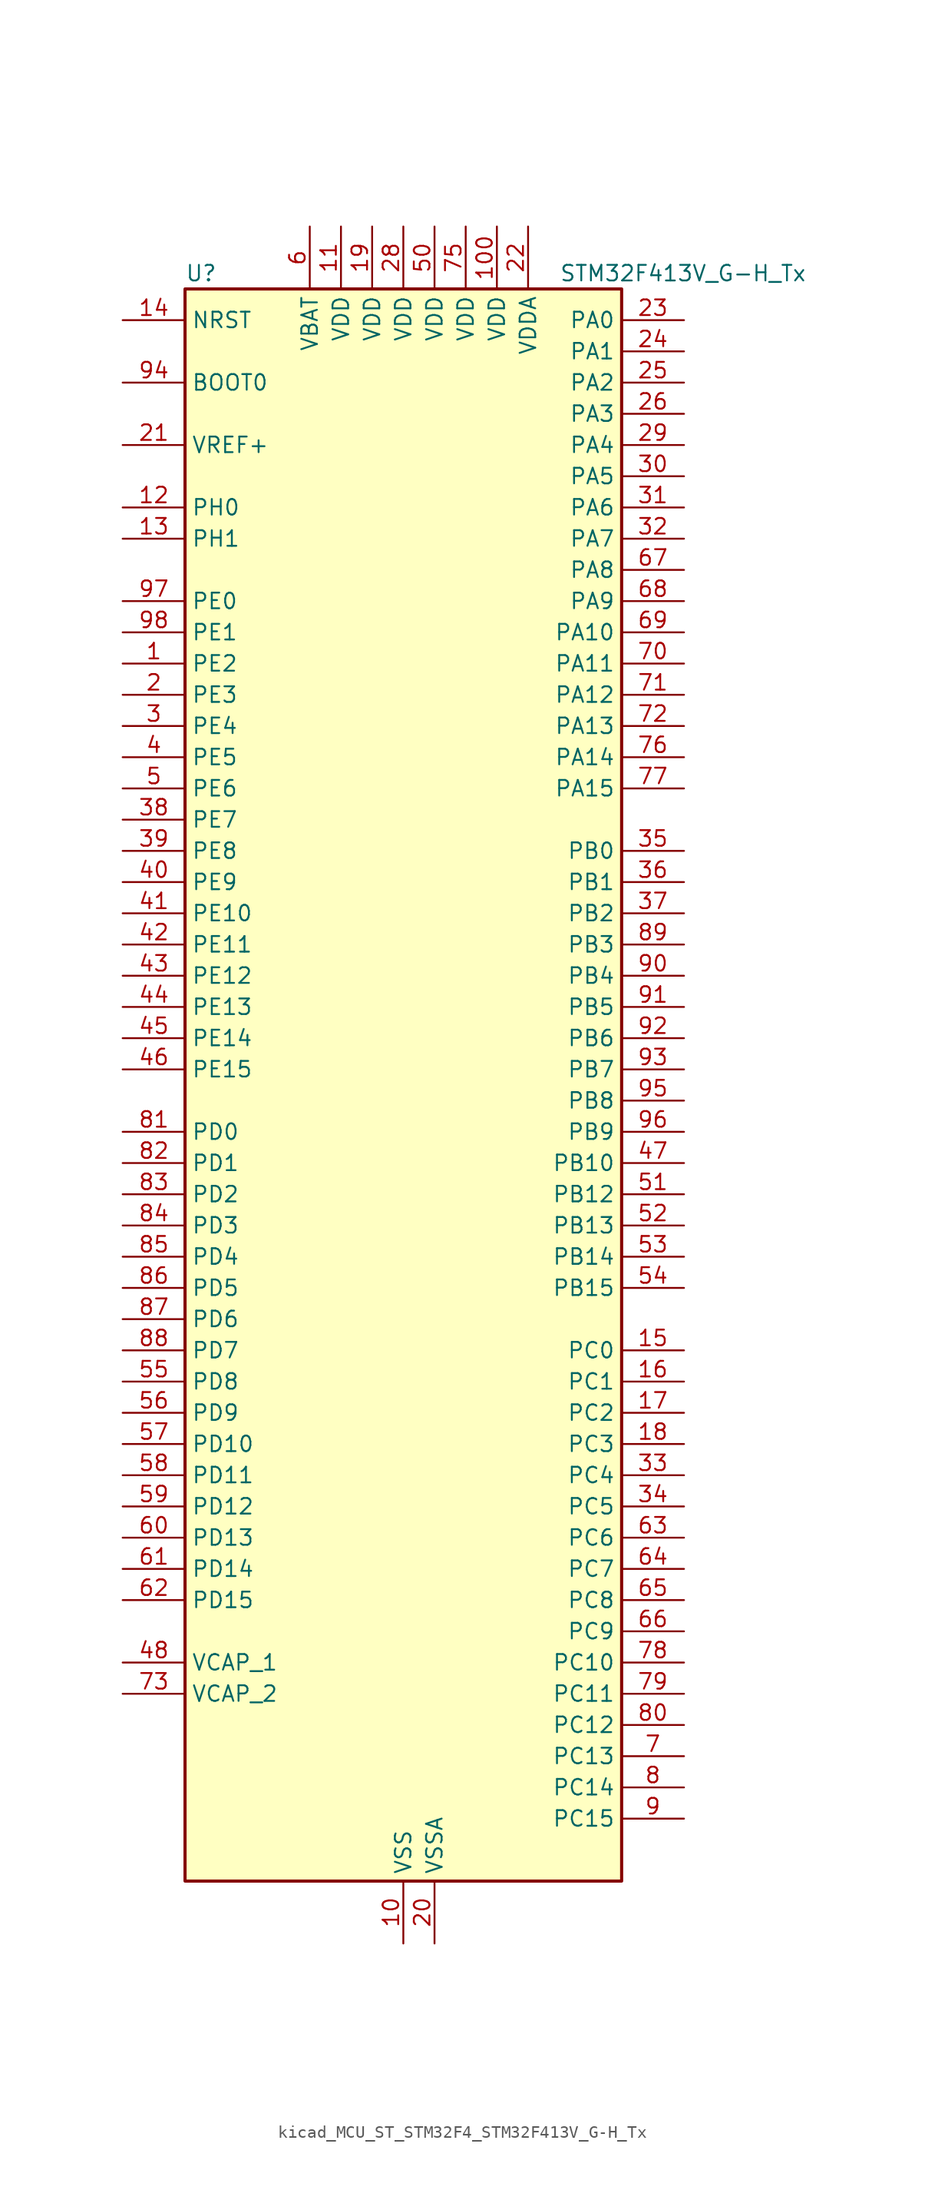
<source format=kicad_sym>
(kicad_symbol_lib
  (version 20220914)
  (generator kicad_symbol_editor)
  (symbol "kicad_MCU_ST_STM32F4_STM32F413V_G-H_Tx"
    (property "Reference" "U"
      (at -17.78 67.31 0)
      (effects (font (size 1.27 1.27)) (justify left)))
    (property "Value" "STM32F413V_G-H_Tx"
      (at 12.7 67.31 0)
      (effects (font (size 1.27 1.27)) (justify left)))
    (property "ki_locked" ""
      (at 0 0 0)
      (effects (font (size 1.27 1.27))))
    (symbol "kicad_MCU_ST_STM32F4_STM32F413V_G-H_Tx_0_1"
      (rectangle (start -17.78 -63.5) (end 17.78 66.04) (stroke (width 0.254) (type default)) (fill (type background))))
    (symbol "kicad_MCU_ST_STM32F4_STM32F413V_G-H_Tx_1_1"
      (pin bidirectional line (at -22.86 35.56 0) (length 5.08) (name "PE2" (effects (font (size 1.27 1.27)))) (number "1" (effects (font (size 1.27 1.27)))) (alternate "FSMC_A23" bidirectional line) (alternate "I2S4_CK" bidirectional line) (alternate "I2S5_CK" bidirectional line) (alternate "QUADSPI_BK1_IO2" bidirectional line) (alternate "SAI1_MCLK_A" bidirectional line) (alternate "SPI4_SCK" bidirectional line) (alternate "SPI5_SCK" bidirectional line) (alternate "SYS_TRACECLK" bidirectional line) (alternate "UART10_RX" bidirectional line))
      (pin power_in line (at 0 -68.58 90) (length 5.08) (name "VSS" (effects (font (size 1.27 1.27)))) (number "10" (effects (font (size 1.27 1.27)))))
      (pin power_in line (at 7.62 71.12 270) (length 5.08) (name "VDD" (effects (font (size 1.27 1.27)))) (number "100" (effects (font (size 1.27 1.27)))))
      (pin power_in line (at -5.08 71.12 270) (length 5.08) (name "VDD" (effects (font (size 1.27 1.27)))) (number "11" (effects (font (size 1.27 1.27)))))
      (pin bidirectional line (at -22.86 48.26 0) (length 5.08) (name "PH0" (effects (font (size 1.27 1.27)))) (number "12" (effects (font (size 1.27 1.27)))) (alternate "RCC_OSC_IN" bidirectional line))
      (pin bidirectional line (at -22.86 45.72 0) (length 5.08) (name "PH1" (effects (font (size 1.27 1.27)))) (number "13" (effects (font (size 1.27 1.27)))) (alternate "RCC_OSC_OUT" bidirectional line))
      (pin input line (at -22.86 63.5 0) (length 5.08) (name "NRST" (effects (font (size 1.27 1.27)))) (number "14" (effects (font (size 1.27 1.27)))))
      (pin bidirectional line (at 22.86 -20.32 180) (length 5.08) (name "PC0" (effects (font (size 1.27 1.27)))) (number "15" (effects (font (size 1.27 1.27)))) (alternate "ADC1_IN10" bidirectional line) (alternate "DFSDM2_CKIN4" bidirectional line) (alternate "LPTIM1_IN1" bidirectional line) (alternate "SAI1_MCLK_B" bidirectional line) (alternate "SYS_WKUP2" bidirectional line))
      (pin bidirectional line (at 22.86 -22.86 180) (length 5.08) (name "PC1" (effects (font (size 1.27 1.27)))) (number "16" (effects (font (size 1.27 1.27)))) (alternate "ADC1_IN11" bidirectional line) (alternate "DFSDM2_DATIN4" bidirectional line) (alternate "LPTIM1_OUT" bidirectional line) (alternate "SAI1_SD_B" bidirectional line) (alternate "SYS_WKUP3" bidirectional line))
      (pin bidirectional line (at 22.86 -25.4 180) (length 5.08) (name "PC2" (effects (font (size 1.27 1.27)))) (number "17" (effects (font (size 1.27 1.27)))) (alternate "ADC1_IN12" bidirectional line) (alternate "DFSDM1_CKOUT" bidirectional line) (alternate "DFSDM2_DATIN7" bidirectional line) (alternate "FSMC_NWE" bidirectional line) (alternate "I2S2_ext_SD" bidirectional line) (alternate "LPTIM1_IN2" bidirectional line) (alternate "SAI1_SCK_B" bidirectional line) (alternate "SPI2_MISO" bidirectional line))
      (pin bidirectional line (at 22.86 -27.94 180) (length 5.08) (name "PC3" (effects (font (size 1.27 1.27)))) (number "18" (effects (font (size 1.27 1.27)))) (alternate "ADC1_IN13" bidirectional line) (alternate "DFSDM2_CKIN7" bidirectional line) (alternate "FSMC_A0" bidirectional line) (alternate "I2S2_SD" bidirectional line) (alternate "LPTIM1_ETR" bidirectional line) (alternate "SAI1_FS_B" bidirectional line) (alternate "SPI2_MOSI" bidirectional line))
      (pin power_in line (at -2.54 71.12 270) (length 5.08) (name "VDD" (effects (font (size 1.27 1.27)))) (number "19" (effects (font (size 1.27 1.27)))))
      (pin bidirectional line (at -22.86 33.02 0) (length 5.08) (name "PE3" (effects (font (size 1.27 1.27)))) (number "2" (effects (font (size 1.27 1.27)))) (alternate "FSMC_A19" bidirectional line) (alternate "SAI1_SD_B" bidirectional line) (alternate "SYS_TRACED0" bidirectional line) (alternate "UART10_TX" bidirectional line))
      (pin power_in line (at 2.54 -68.58 90) (length 5.08) (name "VSSA" (effects (font (size 1.27 1.27)))) (number "20" (effects (font (size 1.27 1.27)))))
      (pin input line (at -22.86 53.34 0) (length 5.08) (name "VREF+" (effects (font (size 1.27 1.27)))) (number "21" (effects (font (size 1.27 1.27)))))
      (pin power_in line (at 10.16 71.12 270) (length 5.08) (name "VDDA" (effects (font (size 1.27 1.27)))) (number "22" (effects (font (size 1.27 1.27)))))
      (pin bidirectional line (at 22.86 63.5 180) (length 5.08) (name "PA0" (effects (font (size 1.27 1.27)))) (number "23" (effects (font (size 1.27 1.27)))) (alternate "ADC1_IN0" bidirectional line) (alternate "SYS_WKUP1" bidirectional line) (alternate "TIM2_CH1" bidirectional line) (alternate "TIM2_ETR" bidirectional line) (alternate "TIM5_CH1" bidirectional line) (alternate "TIM8_ETR" bidirectional line) (alternate "UART4_TX" bidirectional line) (alternate "USART2_CTS" bidirectional line))
      (pin bidirectional line (at 22.86 60.96 180) (length 5.08) (name "PA1" (effects (font (size 1.27 1.27)))) (number "24" (effects (font (size 1.27 1.27)))) (alternate "ADC1_IN1" bidirectional line) (alternate "I2S4_SD" bidirectional line) (alternate "QUADSPI_BK1_IO3" bidirectional line) (alternate "SPI4_MOSI" bidirectional line) (alternate "TIM2_CH2" bidirectional line) (alternate "TIM5_CH2" bidirectional line) (alternate "UART4_RX" bidirectional line) (alternate "USART2_RTS" bidirectional line))
      (pin bidirectional line (at 22.86 58.42 180) (length 5.08) (name "PA2" (effects (font (size 1.27 1.27)))) (number "25" (effects (font (size 1.27 1.27)))) (alternate "ADC1_IN2" bidirectional line) (alternate "FSMC_D4" bidirectional line) (alternate "FSMC_DA4" bidirectional line) (alternate "I2S_CKIN" bidirectional line) (alternate "TIM2_CH3" bidirectional line) (alternate "TIM5_CH3" bidirectional line) (alternate "TIM9_CH1" bidirectional line) (alternate "USART2_TX" bidirectional line))
      (pin bidirectional line (at 22.86 55.88 180) (length 5.08) (name "PA3" (effects (font (size 1.27 1.27)))) (number "26" (effects (font (size 1.27 1.27)))) (alternate "ADC1_IN3" bidirectional line) (alternate "FSMC_D5" bidirectional line) (alternate "FSMC_DA5" bidirectional line) (alternate "I2S2_MCK" bidirectional line) (alternate "SAI1_SD_B" bidirectional line) (alternate "TIM2_CH4" bidirectional line) (alternate "TIM5_CH4" bidirectional line) (alternate "TIM9_CH2" bidirectional line) (alternate "USART2_RX" bidirectional line))
      (pin passive line (at 0 -68.58 90) (length 5.08) hide (name "VSS" (effects (font (size 1.27 1.27)))) (number "27" (effects (font (size 1.27 1.27)))))
      (pin power_in line (at 0 71.12 270) (length 5.08) (name "VDD" (effects (font (size 1.27 1.27)))) (number "28" (effects (font (size 1.27 1.27)))))
      (pin bidirectional line (at 22.86 53.34 180) (length 5.08) (name "PA4" (effects (font (size 1.27 1.27)))) (number "29" (effects (font (size 1.27 1.27)))) (alternate "ADC1_IN4" bidirectional line) (alternate "DAC_OUT1" bidirectional line) (alternate "DFSDM1_DATIN1" bidirectional line) (alternate "FSMC_D6" bidirectional line) (alternate "FSMC_DA6" bidirectional line) (alternate "I2S1_WS" bidirectional line) (alternate "I2S3_WS" bidirectional line) (alternate "SPI1_NSS" bidirectional line) (alternate "SPI3_NSS" bidirectional line) (alternate "USART2_CK" bidirectional line))
      (pin bidirectional line (at -22.86 30.48 0) (length 5.08) (name "PE4" (effects (font (size 1.27 1.27)))) (number "3" (effects (font (size 1.27 1.27)))) (alternate "DFSDM1_DATIN3" bidirectional line) (alternate "FSMC_A20" bidirectional line) (alternate "I2S4_WS" bidirectional line) (alternate "I2S5_WS" bidirectional line) (alternate "SAI1_SD_A" bidirectional line) (alternate "SPI4_NSS" bidirectional line) (alternate "SPI5_NSS" bidirectional line) (alternate "SYS_TRACED1" bidirectional line))
      (pin bidirectional line (at 22.86 50.8 180) (length 5.08) (name "PA5" (effects (font (size 1.27 1.27)))) (number "30" (effects (font (size 1.27 1.27)))) (alternate "ADC1_IN5" bidirectional line) (alternate "DAC_OUT2" bidirectional line) (alternate "DFSDM1_CKIN1" bidirectional line) (alternate "FSMC_D7" bidirectional line) (alternate "FSMC_DA7" bidirectional line) (alternate "I2S1_CK" bidirectional line) (alternate "SPI1_SCK" bidirectional line) (alternate "TIM2_CH1" bidirectional line) (alternate "TIM2_ETR" bidirectional line) (alternate "TIM8_CH1N" bidirectional line))
      (pin bidirectional line (at 22.86 48.26 180) (length 5.08) (name "PA6" (effects (font (size 1.27 1.27)))) (number "31" (effects (font (size 1.27 1.27)))) (alternate "ADC1_IN6" bidirectional line) (alternate "DFSDM2_CKIN1" bidirectional line) (alternate "I2S2_MCK" bidirectional line) (alternate "QUADSPI_BK2_IO0" bidirectional line) (alternate "SDIO_CMD" bidirectional line) (alternate "SPI1_MISO" bidirectional line) (alternate "TIM13_CH1" bidirectional line) (alternate "TIM1_BKIN" bidirectional line) (alternate "TIM3_CH1" bidirectional line) (alternate "TIM8_BKIN" bidirectional line))
      (pin bidirectional line (at 22.86 45.72 180) (length 5.08) (name "PA7" (effects (font (size 1.27 1.27)))) (number "32" (effects (font (size 1.27 1.27)))) (alternate "ADC1_IN7" bidirectional line) (alternate "DFSDM2_DATIN1" bidirectional line) (alternate "I2S1_SD" bidirectional line) (alternate "QUADSPI_BK2_IO1" bidirectional line) (alternate "SPI1_MOSI" bidirectional line) (alternate "TIM14_CH1" bidirectional line) (alternate "TIM1_CH1N" bidirectional line) (alternate "TIM3_CH2" bidirectional line) (alternate "TIM8_CH1N" bidirectional line))
      (pin bidirectional line (at 22.86 -30.48 180) (length 5.08) (name "PC4" (effects (font (size 1.27 1.27)))) (number "33" (effects (font (size 1.27 1.27)))) (alternate "ADC1_IN14" bidirectional line) (alternate "DFSDM2_CKIN2" bidirectional line) (alternate "FSMC_NE4" bidirectional line) (alternate "I2S1_MCK" bidirectional line) (alternate "QUADSPI_BK2_IO2" bidirectional line))
      (pin bidirectional line (at 22.86 -33.02 180) (length 5.08) (name "PC5" (effects (font (size 1.27 1.27)))) (number "34" (effects (font (size 1.27 1.27)))) (alternate "ADC1_IN15" bidirectional line) (alternate "DFSDM2_DATIN2" bidirectional line) (alternate "FMPI2C1_SMBA" bidirectional line) (alternate "FSMC_NOE" bidirectional line) (alternate "QUADSPI_BK2_IO3" bidirectional line) (alternate "USART3_RX" bidirectional line))
      (pin bidirectional line (at 22.86 20.32 180) (length 5.08) (name "PB0" (effects (font (size 1.27 1.27)))) (number "35" (effects (font (size 1.27 1.27)))) (alternate "ADC1_IN8" bidirectional line) (alternate "I2S5_CK" bidirectional line) (alternate "SPI5_SCK" bidirectional line) (alternate "TIM1_CH2N" bidirectional line) (alternate "TIM3_CH3" bidirectional line) (alternate "TIM8_CH2N" bidirectional line))
      (pin bidirectional line (at 22.86 17.78 180) (length 5.08) (name "PB1" (effects (font (size 1.27 1.27)))) (number "36" (effects (font (size 1.27 1.27)))) (alternate "ADC1_IN9" bidirectional line) (alternate "DFSDM1_DATIN0" bidirectional line) (alternate "I2S5_WS" bidirectional line) (alternate "QUADSPI_CLK" bidirectional line) (alternate "SPI5_NSS" bidirectional line) (alternate "TIM1_CH3N" bidirectional line) (alternate "TIM3_CH4" bidirectional line) (alternate "TIM8_CH3N" bidirectional line))
      (pin bidirectional line (at 22.86 15.24 180) (length 5.08) (name "PB2" (effects (font (size 1.27 1.27)))) (number "37" (effects (font (size 1.27 1.27)))) (alternate "DFSDM1_CKIN0" bidirectional line) (alternate "LPTIM1_OUT" bidirectional line) (alternate "QUADSPI_CLK" bidirectional line))
      (pin bidirectional line (at -22.86 22.86 0) (length 5.08) (name "PE7" (effects (font (size 1.27 1.27)))) (number "38" (effects (font (size 1.27 1.27)))) (alternate "DFSDM1_DATIN2" bidirectional line) (alternate "FSMC_D4" bidirectional line) (alternate "FSMC_DA4" bidirectional line) (alternate "QUADSPI_BK2_IO0" bidirectional line) (alternate "TIM1_ETR" bidirectional line) (alternate "UART7_RX" bidirectional line))
      (pin bidirectional line (at -22.86 20.32 0) (length 5.08) (name "PE8" (effects (font (size 1.27 1.27)))) (number "39" (effects (font (size 1.27 1.27)))) (alternate "DFSDM1_CKIN2" bidirectional line) (alternate "FSMC_D5" bidirectional line) (alternate "FSMC_DA5" bidirectional line) (alternate "QUADSPI_BK2_IO1" bidirectional line) (alternate "TIM1_CH1N" bidirectional line) (alternate "UART7_TX" bidirectional line))
      (pin bidirectional line (at -22.86 27.94 0) (length 5.08) (name "PE5" (effects (font (size 1.27 1.27)))) (number "4" (effects (font (size 1.27 1.27)))) (alternate "DFSDM1_CKIN3" bidirectional line) (alternate "FSMC_A21" bidirectional line) (alternate "SAI1_SCK_A" bidirectional line) (alternate "SPI4_MISO" bidirectional line) (alternate "SPI5_MISO" bidirectional line) (alternate "SYS_TRACED2" bidirectional line) (alternate "TIM9_CH1" bidirectional line))
      (pin bidirectional line (at -22.86 17.78 0) (length 5.08) (name "PE9" (effects (font (size 1.27 1.27)))) (number "40" (effects (font (size 1.27 1.27)))) (alternate "DAC_EXTI9" bidirectional line) (alternate "DFSDM1_CKOUT" bidirectional line) (alternate "FSMC_D6" bidirectional line) (alternate "FSMC_DA6" bidirectional line) (alternate "QUADSPI_BK2_IO2" bidirectional line) (alternate "TIM1_CH1" bidirectional line))
      (pin bidirectional line (at -22.86 15.24 0) (length 5.08) (name "PE10" (effects (font (size 1.27 1.27)))) (number "41" (effects (font (size 1.27 1.27)))) (alternate "DFSDM2_DATIN0" bidirectional line) (alternate "FSMC_D7" bidirectional line) (alternate "FSMC_DA7" bidirectional line) (alternate "QUADSPI_BK2_IO3" bidirectional line) (alternate "TIM1_CH2N" bidirectional line))
      (pin bidirectional line (at -22.86 12.7 0) (length 5.08) (name "PE11" (effects (font (size 1.27 1.27)))) (number "42" (effects (font (size 1.27 1.27)))) (alternate "ADC1_EXTI11" bidirectional line) (alternate "DFSDM2_CKIN0" bidirectional line) (alternate "FSMC_D8" bidirectional line) (alternate "FSMC_DA8" bidirectional line) (alternate "I2S4_WS" bidirectional line) (alternate "I2S5_WS" bidirectional line) (alternate "SPI4_NSS" bidirectional line) (alternate "SPI5_NSS" bidirectional line) (alternate "TIM1_CH2" bidirectional line))
      (pin bidirectional line (at -22.86 10.16 0) (length 5.08) (name "PE12" (effects (font (size 1.27 1.27)))) (number "43" (effects (font (size 1.27 1.27)))) (alternate "DFSDM2_DATIN7" bidirectional line) (alternate "FSMC_D9" bidirectional line) (alternate "FSMC_DA9" bidirectional line) (alternate "I2S4_CK" bidirectional line) (alternate "I2S5_CK" bidirectional line) (alternate "SPI4_SCK" bidirectional line) (alternate "SPI5_SCK" bidirectional line) (alternate "TIM1_CH3N" bidirectional line))
      (pin bidirectional line (at -22.86 7.62 0) (length 5.08) (name "PE13" (effects (font (size 1.27 1.27)))) (number "44" (effects (font (size 1.27 1.27)))) (alternate "DFSDM2_CKIN7" bidirectional line) (alternate "FSMC_D10" bidirectional line) (alternate "FSMC_DA10" bidirectional line) (alternate "SPI4_MISO" bidirectional line) (alternate "SPI5_MISO" bidirectional line) (alternate "TIM1_CH3" bidirectional line))
      (pin bidirectional line (at -22.86 5.08 0) (length 5.08) (name "PE14" (effects (font (size 1.27 1.27)))) (number "45" (effects (font (size 1.27 1.27)))) (alternate "DFSDM2_DATIN1" bidirectional line) (alternate "FSMC_D11" bidirectional line) (alternate "FSMC_DA11" bidirectional line) (alternate "I2S4_SD" bidirectional line) (alternate "I2S5_SD" bidirectional line) (alternate "SPI4_MOSI" bidirectional line) (alternate "SPI5_MOSI" bidirectional line) (alternate "TIM1_CH4" bidirectional line))
      (pin bidirectional line (at -22.86 2.54 0) (length 5.08) (name "PE15" (effects (font (size 1.27 1.27)))) (number "46" (effects (font (size 1.27 1.27)))) (alternate "ADC1_EXTI15" bidirectional line) (alternate "DFSDM2_CKIN1" bidirectional line) (alternate "FSMC_D12" bidirectional line) (alternate "FSMC_DA12" bidirectional line) (alternate "TIM1_BKIN" bidirectional line))
      (pin bidirectional line (at 22.86 -5.08 180) (length 5.08) (name "PB10" (effects (font (size 1.27 1.27)))) (number "47" (effects (font (size 1.27 1.27)))) (alternate "DFSDM2_CKOUT" bidirectional line) (alternate "FMPI2C1_SCL" bidirectional line) (alternate "I2C2_SCL" bidirectional line) (alternate "I2S2_CK" bidirectional line) (alternate "I2S3_MCK" bidirectional line) (alternate "SDIO_D7" bidirectional line) (alternate "SPI2_SCK" bidirectional line) (alternate "TIM2_CH3" bidirectional line) (alternate "USART3_TX" bidirectional line))
      (pin power_out line (at -22.86 -45.72 0) (length 5.08) (name "VCAP_1" (effects (font (size 1.27 1.27)))) (number "48" (effects (font (size 1.27 1.27)))))
      (pin passive line (at 0 -68.58 90) (length 5.08) hide (name "VSS" (effects (font (size 1.27 1.27)))) (number "49" (effects (font (size 1.27 1.27)))))
      (pin bidirectional line (at -22.86 25.4 0) (length 5.08) (name "PE6" (effects (font (size 1.27 1.27)))) (number "5" (effects (font (size 1.27 1.27)))) (alternate "FSMC_A22" bidirectional line) (alternate "I2S4_SD" bidirectional line) (alternate "I2S5_SD" bidirectional line) (alternate "SAI1_FS_A" bidirectional line) (alternate "SPI4_MOSI" bidirectional line) (alternate "SPI5_MOSI" bidirectional line) (alternate "SYS_TRACED3" bidirectional line) (alternate "TIM9_CH2" bidirectional line))
      (pin power_in line (at 2.54 71.12 270) (length 5.08) (name "VDD" (effects (font (size 1.27 1.27)))) (number "50" (effects (font (size 1.27 1.27)))))
      (pin bidirectional line (at 22.86 -7.62 180) (length 5.08) (name "PB12" (effects (font (size 1.27 1.27)))) (number "51" (effects (font (size 1.27 1.27)))) (alternate "CAN2_RX" bidirectional line) (alternate "DFSDM1_DATIN1" bidirectional line) (alternate "FSMC_D13" bidirectional line) (alternate "FSMC_DA13" bidirectional line) (alternate "I2C2_SMBA" bidirectional line) (alternate "I2S2_WS" bidirectional line) (alternate "I2S3_CK" bidirectional line) (alternate "I2S4_WS" bidirectional line) (alternate "SPI2_NSS" bidirectional line) (alternate "SPI3_SCK" bidirectional line) (alternate "SPI4_NSS" bidirectional line) (alternate "TIM1_BKIN" bidirectional line) (alternate "UART5_RX" bidirectional line) (alternate "USART3_CK" bidirectional line))
      (pin bidirectional line (at 22.86 -10.16 180) (length 5.08) (name "PB13" (effects (font (size 1.27 1.27)))) (number "52" (effects (font (size 1.27 1.27)))) (alternate "CAN2_TX" bidirectional line) (alternate "DFSDM1_CKIN1" bidirectional line) (alternate "FMPI2C1_SMBA" bidirectional line) (alternate "I2S2_CK" bidirectional line) (alternate "I2S4_CK" bidirectional line) (alternate "SPI2_SCK" bidirectional line) (alternate "SPI4_SCK" bidirectional line) (alternate "TIM1_CH1N" bidirectional line) (alternate "UART5_TX" bidirectional line) (alternate "USART3_CTS" bidirectional line))
      (pin bidirectional line (at 22.86 -12.7 180) (length 5.08) (name "PB14" (effects (font (size 1.27 1.27)))) (number "53" (effects (font (size 1.27 1.27)))) (alternate "DFSDM1_DATIN2" bidirectional line) (alternate "FMPI2C1_SDA" bidirectional line) (alternate "FSMC_D0" bidirectional line) (alternate "FSMC_DA0" bidirectional line) (alternate "I2S2_ext_SD" bidirectional line) (alternate "SDIO_D6" bidirectional line) (alternate "SPI2_MISO" bidirectional line) (alternate "TIM12_CH1" bidirectional line) (alternate "TIM1_CH2N" bidirectional line) (alternate "TIM8_CH2N" bidirectional line) (alternate "USART3_RTS" bidirectional line))
      (pin bidirectional line (at 22.86 -15.24 180) (length 5.08) (name "PB15" (effects (font (size 1.27 1.27)))) (number "54" (effects (font (size 1.27 1.27)))) (alternate "ADC1_EXTI15" bidirectional line) (alternate "DFSDM1_CKIN2" bidirectional line) (alternate "FMPI2C1_SCL" bidirectional line) (alternate "I2S2_SD" bidirectional line) (alternate "RTC_REFIN" bidirectional line) (alternate "SDIO_CK" bidirectional line) (alternate "SPI2_MOSI" bidirectional line) (alternate "TIM12_CH2" bidirectional line) (alternate "TIM1_CH3N" bidirectional line) (alternate "TIM8_CH3N" bidirectional line))
      (pin bidirectional line (at -22.86 -22.86 0) (length 5.08) (name "PD8" (effects (font (size 1.27 1.27)))) (number "55" (effects (font (size 1.27 1.27)))) (alternate "FSMC_D13" bidirectional line) (alternate "FSMC_DA13" bidirectional line) (alternate "USART3_TX" bidirectional line))
      (pin bidirectional line (at -22.86 -25.4 0) (length 5.08) (name "PD9" (effects (font (size 1.27 1.27)))) (number "56" (effects (font (size 1.27 1.27)))) (alternate "DAC_EXTI9" bidirectional line) (alternate "FSMC_D14" bidirectional line) (alternate "FSMC_DA14" bidirectional line) (alternate "USART3_RX" bidirectional line))
      (pin bidirectional line (at -22.86 -27.94 0) (length 5.08) (name "PD10" (effects (font (size 1.27 1.27)))) (number "57" (effects (font (size 1.27 1.27)))) (alternate "FSMC_D15" bidirectional line) (alternate "FSMC_DA15" bidirectional line) (alternate "UART4_TX" bidirectional line) (alternate "USART3_CK" bidirectional line))
      (pin bidirectional line (at -22.86 -30.48 0) (length 5.08) (name "PD11" (effects (font (size 1.27 1.27)))) (number "58" (effects (font (size 1.27 1.27)))) (alternate "ADC1_EXTI11" bidirectional line) (alternate "DFSDM2_DATIN2" bidirectional line) (alternate "FMPI2C1_SMBA" bidirectional line) (alternate "FSMC_A16" bidirectional line) (alternate "QUADSPI_BK1_IO0" bidirectional line) (alternate "USART3_CTS" bidirectional line))
      (pin bidirectional line (at -22.86 -33.02 0) (length 5.08) (name "PD12" (effects (font (size 1.27 1.27)))) (number "59" (effects (font (size 1.27 1.27)))) (alternate "DFSDM2_CKIN2" bidirectional line) (alternate "FMPI2C1_SCL" bidirectional line) (alternate "FSMC_A17" bidirectional line) (alternate "QUADSPI_BK1_IO1" bidirectional line) (alternate "TIM4_CH1" bidirectional line) (alternate "USART3_RTS" bidirectional line))
      (pin power_in line (at -7.62 71.12 270) (length 5.08) (name "VBAT" (effects (font (size 1.27 1.27)))) (number "6" (effects (font (size 1.27 1.27)))))
      (pin bidirectional line (at -22.86 -35.56 0) (length 5.08) (name "PD13" (effects (font (size 1.27 1.27)))) (number "60" (effects (font (size 1.27 1.27)))) (alternate "FMPI2C1_SDA" bidirectional line) (alternate "FSMC_A18" bidirectional line) (alternate "QUADSPI_BK1_IO3" bidirectional line) (alternate "TIM4_CH2" bidirectional line))
      (pin bidirectional line (at -22.86 -38.1 0) (length 5.08) (name "PD14" (effects (font (size 1.27 1.27)))) (number "61" (effects (font (size 1.27 1.27)))) (alternate "DFSDM2_CKIN0" bidirectional line) (alternate "FMPI2C1_SCL" bidirectional line) (alternate "FSMC_D0" bidirectional line) (alternate "FSMC_DA0" bidirectional line) (alternate "TIM4_CH3" bidirectional line) (alternate "UART9_RX" bidirectional line))
      (pin bidirectional line (at -22.86 -40.64 0) (length 5.08) (name "PD15" (effects (font (size 1.27 1.27)))) (number "62" (effects (font (size 1.27 1.27)))) (alternate "ADC1_EXTI15" bidirectional line) (alternate "DFSDM2_DATIN0" bidirectional line) (alternate "FMPI2C1_SDA" bidirectional line) (alternate "FSMC_D1" bidirectional line) (alternate "FSMC_DA1" bidirectional line) (alternate "TIM4_CH4" bidirectional line) (alternate "UART9_TX" bidirectional line))
      (pin bidirectional line (at 22.86 -35.56 180) (length 5.08) (name "PC6" (effects (font (size 1.27 1.27)))) (number "63" (effects (font (size 1.27 1.27)))) (alternate "DFSDM1_CKIN3" bidirectional line) (alternate "DFSDM2_DATIN6" bidirectional line) (alternate "FMPI2C1_SCL" bidirectional line) (alternate "FSMC_D1" bidirectional line) (alternate "FSMC_DA1" bidirectional line) (alternate "I2S2_MCK" bidirectional line) (alternate "SDIO_D6" bidirectional line) (alternate "TIM3_CH1" bidirectional line) (alternate "TIM8_CH1" bidirectional line) (alternate "USART6_TX" bidirectional line))
      (pin bidirectional line (at 22.86 -38.1 180) (length 5.08) (name "PC7" (effects (font (size 1.27 1.27)))) (number "64" (effects (font (size 1.27 1.27)))) (alternate "DFSDM1_DATIN3" bidirectional line) (alternate "DFSDM2_CKIN6" bidirectional line) (alternate "FMPI2C1_SDA" bidirectional line) (alternate "I2S2_CK" bidirectional line) (alternate "I2S3_MCK" bidirectional line) (alternate "SDIO_D7" bidirectional line) (alternate "SPI2_SCK" bidirectional line) (alternate "TIM3_CH2" bidirectional line) (alternate "TIM8_CH2" bidirectional line) (alternate "USART6_RX" bidirectional line))
      (pin bidirectional line (at 22.86 -40.64 180) (length 5.08) (name "PC8" (effects (font (size 1.27 1.27)))) (number "65" (effects (font (size 1.27 1.27)))) (alternate "DFSDM2_CKIN3" bidirectional line) (alternate "QUADSPI_BK1_IO2" bidirectional line) (alternate "SDIO_D0" bidirectional line) (alternate "TIM3_CH3" bidirectional line) (alternate "TIM8_CH3" bidirectional line) (alternate "USART6_CK" bidirectional line))
      (pin bidirectional line (at 22.86 -43.18 180) (length 5.08) (name "PC9" (effects (font (size 1.27 1.27)))) (number "66" (effects (font (size 1.27 1.27)))) (alternate "DAC_EXTI9" bidirectional line) (alternate "DFSDM2_DATIN3" bidirectional line) (alternate "I2C3_SDA" bidirectional line) (alternate "I2S_CKIN" bidirectional line) (alternate "QUADSPI_BK1_IO0" bidirectional line) (alternate "RCC_MCO_2" bidirectional line) (alternate "SDIO_D1" bidirectional line) (alternate "TIM3_CH4" bidirectional line) (alternate "TIM8_CH4" bidirectional line))
      (pin bidirectional line (at 22.86 43.18 180) (length 5.08) (name "PA8" (effects (font (size 1.27 1.27)))) (number "67" (effects (font (size 1.27 1.27)))) (alternate "CAN3_RX" bidirectional line) (alternate "DFSDM1_CKOUT" bidirectional line) (alternate "I2C3_SCL" bidirectional line) (alternate "RCC_MCO_1" bidirectional line) (alternate "SDIO_D1" bidirectional line) (alternate "TIM1_CH1" bidirectional line) (alternate "UART7_RX" bidirectional line) (alternate "USART1_CK" bidirectional line) (alternate "USB_OTG_FS_SOF" bidirectional line))
      (pin bidirectional line (at 22.86 40.64 180) (length 5.08) (name "PA9" (effects (font (size 1.27 1.27)))) (number "68" (effects (font (size 1.27 1.27)))) (alternate "DAC_EXTI9" bidirectional line) (alternate "DFSDM2_CKIN3" bidirectional line) (alternate "I2C3_SMBA" bidirectional line) (alternate "I2S2_CK" bidirectional line) (alternate "SDIO_D2" bidirectional line) (alternate "SPI2_SCK" bidirectional line) (alternate "TIM1_CH2" bidirectional line) (alternate "USART1_TX" bidirectional line) (alternate "USB_OTG_FS_VBUS" bidirectional line))
      (pin bidirectional line (at 22.86 38.1 180) (length 5.08) (name "PA10" (effects (font (size 1.27 1.27)))) (number "69" (effects (font (size 1.27 1.27)))) (alternate "DFSDM2_DATIN3" bidirectional line) (alternate "I2S2_SD" bidirectional line) (alternate "I2S5_SD" bidirectional line) (alternate "SPI2_MOSI" bidirectional line) (alternate "SPI5_MOSI" bidirectional line) (alternate "TIM1_CH3" bidirectional line) (alternate "USART1_RX" bidirectional line) (alternate "USB_OTG_FS_ID" bidirectional line))
      (pin bidirectional line (at 22.86 -53.34 180) (length 5.08) (name "PC13" (effects (font (size 1.27 1.27)))) (number "7" (effects (font (size 1.27 1.27)))) (alternate "RTC_AF1" bidirectional line))
      (pin bidirectional line (at 22.86 35.56 180) (length 5.08) (name "PA11" (effects (font (size 1.27 1.27)))) (number "70" (effects (font (size 1.27 1.27)))) (alternate "ADC1_EXTI11" bidirectional line) (alternate "CAN1_RX" bidirectional line) (alternate "DFSDM2_CKIN5" bidirectional line) (alternate "I2S2_WS" bidirectional line) (alternate "SPI2_NSS" bidirectional line) (alternate "SPI4_MISO" bidirectional line) (alternate "TIM1_CH4" bidirectional line) (alternate "UART4_RX" bidirectional line) (alternate "USART1_CTS" bidirectional line) (alternate "USART6_TX" bidirectional line) (alternate "USB_OTG_FS_DM" bidirectional line))
      (pin bidirectional line (at 22.86 33.02 180) (length 5.08) (name "PA12" (effects (font (size 1.27 1.27)))) (number "71" (effects (font (size 1.27 1.27)))) (alternate "CAN1_TX" bidirectional line) (alternate "DFSDM2_DATIN5" bidirectional line) (alternate "SPI2_MISO" bidirectional line) (alternate "SPI5_MISO" bidirectional line) (alternate "TIM1_ETR" bidirectional line) (alternate "UART4_TX" bidirectional line) (alternate "USART1_RTS" bidirectional line) (alternate "USART6_RX" bidirectional line) (alternate "USB_OTG_FS_DP" bidirectional line))
      (pin bidirectional line (at 22.86 30.48 180) (length 5.08) (name "PA13" (effects (font (size 1.27 1.27)))) (number "72" (effects (font (size 1.27 1.27)))) (alternate "SYS_JTMS-SWDIO" bidirectional line))
      (pin power_out line (at -22.86 -48.26 0) (length 5.08) (name "VCAP_2" (effects (font (size 1.27 1.27)))) (number "73" (effects (font (size 1.27 1.27)))))
      (pin passive line (at 0 -68.58 90) (length 5.08) hide (name "VSS" (effects (font (size 1.27 1.27)))) (number "74" (effects (font (size 1.27 1.27)))))
      (pin power_in line (at 5.08 71.12 270) (length 5.08) (name "VDD" (effects (font (size 1.27 1.27)))) (number "75" (effects (font (size 1.27 1.27)))))
      (pin bidirectional line (at 22.86 27.94 180) (length 5.08) (name "PA14" (effects (font (size 1.27 1.27)))) (number "76" (effects (font (size 1.27 1.27)))) (alternate "SYS_JTCK-SWCLK" bidirectional line))
      (pin bidirectional line (at 22.86 25.4 180) (length 5.08) (name "PA15" (effects (font (size 1.27 1.27)))) (number "77" (effects (font (size 1.27 1.27)))) (alternate "ADC1_EXTI15" bidirectional line) (alternate "CAN3_TX" bidirectional line) (alternate "I2S1_WS" bidirectional line) (alternate "I2S3_WS" bidirectional line) (alternate "SAI1_MCLK_A" bidirectional line) (alternate "SPI1_NSS" bidirectional line) (alternate "SPI3_NSS" bidirectional line) (alternate "SYS_JTDI" bidirectional line) (alternate "TIM2_CH1" bidirectional line) (alternate "TIM2_ETR" bidirectional line) (alternate "UART7_TX" bidirectional line) (alternate "USART1_TX" bidirectional line))
      (pin bidirectional line (at 22.86 -45.72 180) (length 5.08) (name "PC10" (effects (font (size 1.27 1.27)))) (number "78" (effects (font (size 1.27 1.27)))) (alternate "DFSDM2_CKIN5" bidirectional line) (alternate "I2S3_CK" bidirectional line) (alternate "QUADSPI_BK1_IO1" bidirectional line) (alternate "SDIO_D2" bidirectional line) (alternate "SPI3_SCK" bidirectional line) (alternate "USART3_TX" bidirectional line))
      (pin bidirectional line (at 22.86 -48.26 180) (length 5.08) (name "PC11" (effects (font (size 1.27 1.27)))) (number "79" (effects (font (size 1.27 1.27)))) (alternate "ADC1_EXTI11" bidirectional line) (alternate "DFSDM2_DATIN5" bidirectional line) (alternate "FSMC_D2" bidirectional line) (alternate "FSMC_DA2" bidirectional line) (alternate "I2S3_ext_SD" bidirectional line) (alternate "QUADSPI_BK2_NCS" bidirectional line) (alternate "SDIO_D3" bidirectional line) (alternate "SPI3_MISO" bidirectional line) (alternate "UART4_RX" bidirectional line) (alternate "USART3_RX" bidirectional line))
      (pin bidirectional line (at 22.86 -55.88 180) (length 5.08) (name "PC14" (effects (font (size 1.27 1.27)))) (number "8" (effects (font (size 1.27 1.27)))) (alternate "RCC_OSC32_IN" bidirectional line))
      (pin bidirectional line (at 22.86 -50.8 180) (length 5.08) (name "PC12" (effects (font (size 1.27 1.27)))) (number "80" (effects (font (size 1.27 1.27)))) (alternate "FSMC_D3" bidirectional line) (alternate "FSMC_DA3" bidirectional line) (alternate "I2S3_SD" bidirectional line) (alternate "SDIO_CK" bidirectional line) (alternate "SPI3_MOSI" bidirectional line) (alternate "UART5_TX" bidirectional line) (alternate "USART3_CK" bidirectional line))
      (pin bidirectional line (at -22.86 -2.54 0) (length 5.08) (name "PD0" (effects (font (size 1.27 1.27)))) (number "81" (effects (font (size 1.27 1.27)))) (alternate "CAN1_RX" bidirectional line) (alternate "DFSDM2_CKIN6" bidirectional line) (alternate "FSMC_D2" bidirectional line) (alternate "FSMC_DA2" bidirectional line) (alternate "UART4_RX" bidirectional line))
      (pin bidirectional line (at -22.86 -5.08 0) (length 5.08) (name "PD1" (effects (font (size 1.27 1.27)))) (number "82" (effects (font (size 1.27 1.27)))) (alternate "CAN1_TX" bidirectional line) (alternate "DFSDM2_DATIN6" bidirectional line) (alternate "FSMC_D3" bidirectional line) (alternate "FSMC_DA3" bidirectional line) (alternate "UART4_TX" bidirectional line))
      (pin bidirectional line (at -22.86 -7.62 0) (length 5.08) (name "PD2" (effects (font (size 1.27 1.27)))) (number "83" (effects (font (size 1.27 1.27)))) (alternate "DFSDM2_CKOUT" bidirectional line) (alternate "FSMC_NWE" bidirectional line) (alternate "SDIO_CMD" bidirectional line) (alternate "TIM3_ETR" bidirectional line) (alternate "UART5_RX" bidirectional line))
      (pin bidirectional line (at -22.86 -10.16 0) (length 5.08) (name "PD3" (effects (font (size 1.27 1.27)))) (number "84" (effects (font (size 1.27 1.27)))) (alternate "DFSDM1_DATIN0" bidirectional line) (alternate "FSMC_CLK" bidirectional line) (alternate "I2S2_CK" bidirectional line) (alternate "QUADSPI_CLK" bidirectional line) (alternate "SPI2_SCK" bidirectional line) (alternate "SYS_TRACED1" bidirectional line) (alternate "USART2_CTS" bidirectional line))
      (pin bidirectional line (at -22.86 -12.7 0) (length 5.08) (name "PD4" (effects (font (size 1.27 1.27)))) (number "85" (effects (font (size 1.27 1.27)))) (alternate "DFSDM1_CKIN0" bidirectional line) (alternate "FSMC_NOE" bidirectional line) (alternate "USART2_RTS" bidirectional line))
      (pin bidirectional line (at -22.86 -15.24 0) (length 5.08) (name "PD5" (effects (font (size 1.27 1.27)))) (number "86" (effects (font (size 1.27 1.27)))) (alternate "DFSDM2_CKOUT" bidirectional line) (alternate "FSMC_NWE" bidirectional line) (alternate "USART2_TX" bidirectional line))
      (pin bidirectional line (at -22.86 -17.78 0) (length 5.08) (name "PD6" (effects (font (size 1.27 1.27)))) (number "87" (effects (font (size 1.27 1.27)))) (alternate "DFSDM1_DATIN1" bidirectional line) (alternate "FSMC_NWAIT" bidirectional line) (alternate "I2S3_SD" bidirectional line) (alternate "SPI3_MOSI" bidirectional line) (alternate "USART2_RX" bidirectional line))
      (pin bidirectional line (at -22.86 -20.32 0) (length 5.08) (name "PD7" (effects (font (size 1.27 1.27)))) (number "88" (effects (font (size 1.27 1.27)))) (alternate "DFSDM1_CKIN1" bidirectional line) (alternate "FSMC_NE1" bidirectional line) (alternate "USART2_CK" bidirectional line))
      (pin bidirectional line (at 22.86 12.7 180) (length 5.08) (name "PB3" (effects (font (size 1.27 1.27)))) (number "89" (effects (font (size 1.27 1.27)))) (alternate "CAN3_RX" bidirectional line) (alternate "FMPI2C1_SDA" bidirectional line) (alternate "I2C2_SDA" bidirectional line) (alternate "I2S1_CK" bidirectional line) (alternate "I2S3_CK" bidirectional line) (alternate "SAI1_SD_A" bidirectional line) (alternate "SPI1_SCK" bidirectional line) (alternate "SPI3_SCK" bidirectional line) (alternate "SYS_JTDO-SWO" bidirectional line) (alternate "TIM2_CH2" bidirectional line) (alternate "UART7_RX" bidirectional line) (alternate "USART1_RX" bidirectional line))
      (pin bidirectional line (at 22.86 -58.42 180) (length 5.08) (name "PC15" (effects (font (size 1.27 1.27)))) (number "9" (effects (font (size 1.27 1.27)))) (alternate "ADC1_EXTI15" bidirectional line) (alternate "RCC_OSC32_OUT" bidirectional line))
      (pin bidirectional line (at 22.86 10.16 180) (length 5.08) (name "PB4" (effects (font (size 1.27 1.27)))) (number "90" (effects (font (size 1.27 1.27)))) (alternate "CAN3_TX" bidirectional line) (alternate "I2C3_SDA" bidirectional line) (alternate "I2S3_ext_SD" bidirectional line) (alternate "SAI1_SCK_A" bidirectional line) (alternate "SDIO_D0" bidirectional line) (alternate "SPI1_MISO" bidirectional line) (alternate "SPI3_MISO" bidirectional line) (alternate "SYS_JTRST" bidirectional line) (alternate "TIM3_CH1" bidirectional line) (alternate "UART7_TX" bidirectional line))
      (pin bidirectional line (at 22.86 7.62 180) (length 5.08) (name "PB5" (effects (font (size 1.27 1.27)))) (number "91" (effects (font (size 1.27 1.27)))) (alternate "CAN2_RX" bidirectional line) (alternate "I2C1_SMBA" bidirectional line) (alternate "I2S1_SD" bidirectional line) (alternate "I2S3_SD" bidirectional line) (alternate "LPTIM1_IN1" bidirectional line) (alternate "SAI1_FS_A" bidirectional line) (alternate "SDIO_D3" bidirectional line) (alternate "SPI1_MOSI" bidirectional line) (alternate "SPI3_MOSI" bidirectional line) (alternate "TIM3_CH2" bidirectional line) (alternate "UART5_RX" bidirectional line))
      (pin bidirectional line (at 22.86 5.08 180) (length 5.08) (name "PB6" (effects (font (size 1.27 1.27)))) (number "92" (effects (font (size 1.27 1.27)))) (alternate "CAN2_TX" bidirectional line) (alternate "DFSDM2_CKIN7" bidirectional line) (alternate "I2C1_SCL" bidirectional line) (alternate "LPTIM1_ETR" bidirectional line) (alternate "QUADSPI_BK1_NCS" bidirectional line) (alternate "SDIO_D0" bidirectional line) (alternate "TIM4_CH1" bidirectional line) (alternate "UART5_TX" bidirectional line) (alternate "USART1_TX" bidirectional line))
      (pin bidirectional line (at 22.86 2.54 180) (length 5.08) (name "PB7" (effects (font (size 1.27 1.27)))) (number "93" (effects (font (size 1.27 1.27)))) (alternate "DFSDM2_DATIN7" bidirectional line) (alternate "FSMC_NL" bidirectional line) (alternate "I2C1_SDA" bidirectional line) (alternate "LPTIM1_IN2" bidirectional line) (alternate "TIM4_CH2" bidirectional line) (alternate "USART1_RX" bidirectional line))
      (pin input line (at -22.86 58.42 0) (length 5.08) (name "BOOT0" (effects (font (size 1.27 1.27)))) (number "94" (effects (font (size 1.27 1.27)))))
      (pin bidirectional line (at 22.86 0 180) (length 5.08) (name "PB8" (effects (font (size 1.27 1.27)))) (number "95" (effects (font (size 1.27 1.27)))) (alternate "CAN1_RX" bidirectional line) (alternate "DFSDM2_CKIN1" bidirectional line) (alternate "I2C1_SCL" bidirectional line) (alternate "I2C3_SDA" bidirectional line) (alternate "I2S5_SD" bidirectional line) (alternate "LPTIM1_OUT" bidirectional line) (alternate "SDIO_D4" bidirectional line) (alternate "SPI5_MOSI" bidirectional line) (alternate "TIM10_CH1" bidirectional line) (alternate "TIM4_CH3" bidirectional line) (alternate "UART5_RX" bidirectional line))
      (pin bidirectional line (at 22.86 -2.54 180) (length 5.08) (name "PB9" (effects (font (size 1.27 1.27)))) (number "96" (effects (font (size 1.27 1.27)))) (alternate "CAN1_TX" bidirectional line) (alternate "DAC_EXTI9" bidirectional line) (alternate "DFSDM2_DATIN1" bidirectional line) (alternate "I2C1_SDA" bidirectional line) (alternate "I2C2_SDA" bidirectional line) (alternate "I2S2_WS" bidirectional line) (alternate "SDIO_D5" bidirectional line) (alternate "SPI2_NSS" bidirectional line) (alternate "TIM11_CH1" bidirectional line) (alternate "TIM4_CH4" bidirectional line) (alternate "UART5_TX" bidirectional line))
      (pin bidirectional line (at -22.86 40.64 0) (length 5.08) (name "PE0" (effects (font (size 1.27 1.27)))) (number "97" (effects (font (size 1.27 1.27)))) (alternate "DFSDM2_CKIN4" bidirectional line) (alternate "FSMC_NBL0" bidirectional line) (alternate "TIM4_ETR" bidirectional line) (alternate "UART8_RX" bidirectional line))
      (pin bidirectional line (at -22.86 38.1 0) (length 5.08) (name "PE1" (effects (font (size 1.27 1.27)))) (number "98" (effects (font (size 1.27 1.27)))) (alternate "DFSDM2_DATIN4" bidirectional line) (alternate "FSMC_NBL1" bidirectional line) (alternate "UART8_TX" bidirectional line))
      (pin passive line (at 0 -68.58 90) (length 5.08) hide (name "VSS" (effects (font (size 1.27 1.27)))) (number "99" (effects (font (size 1.27 1.27))))))))
</source>
